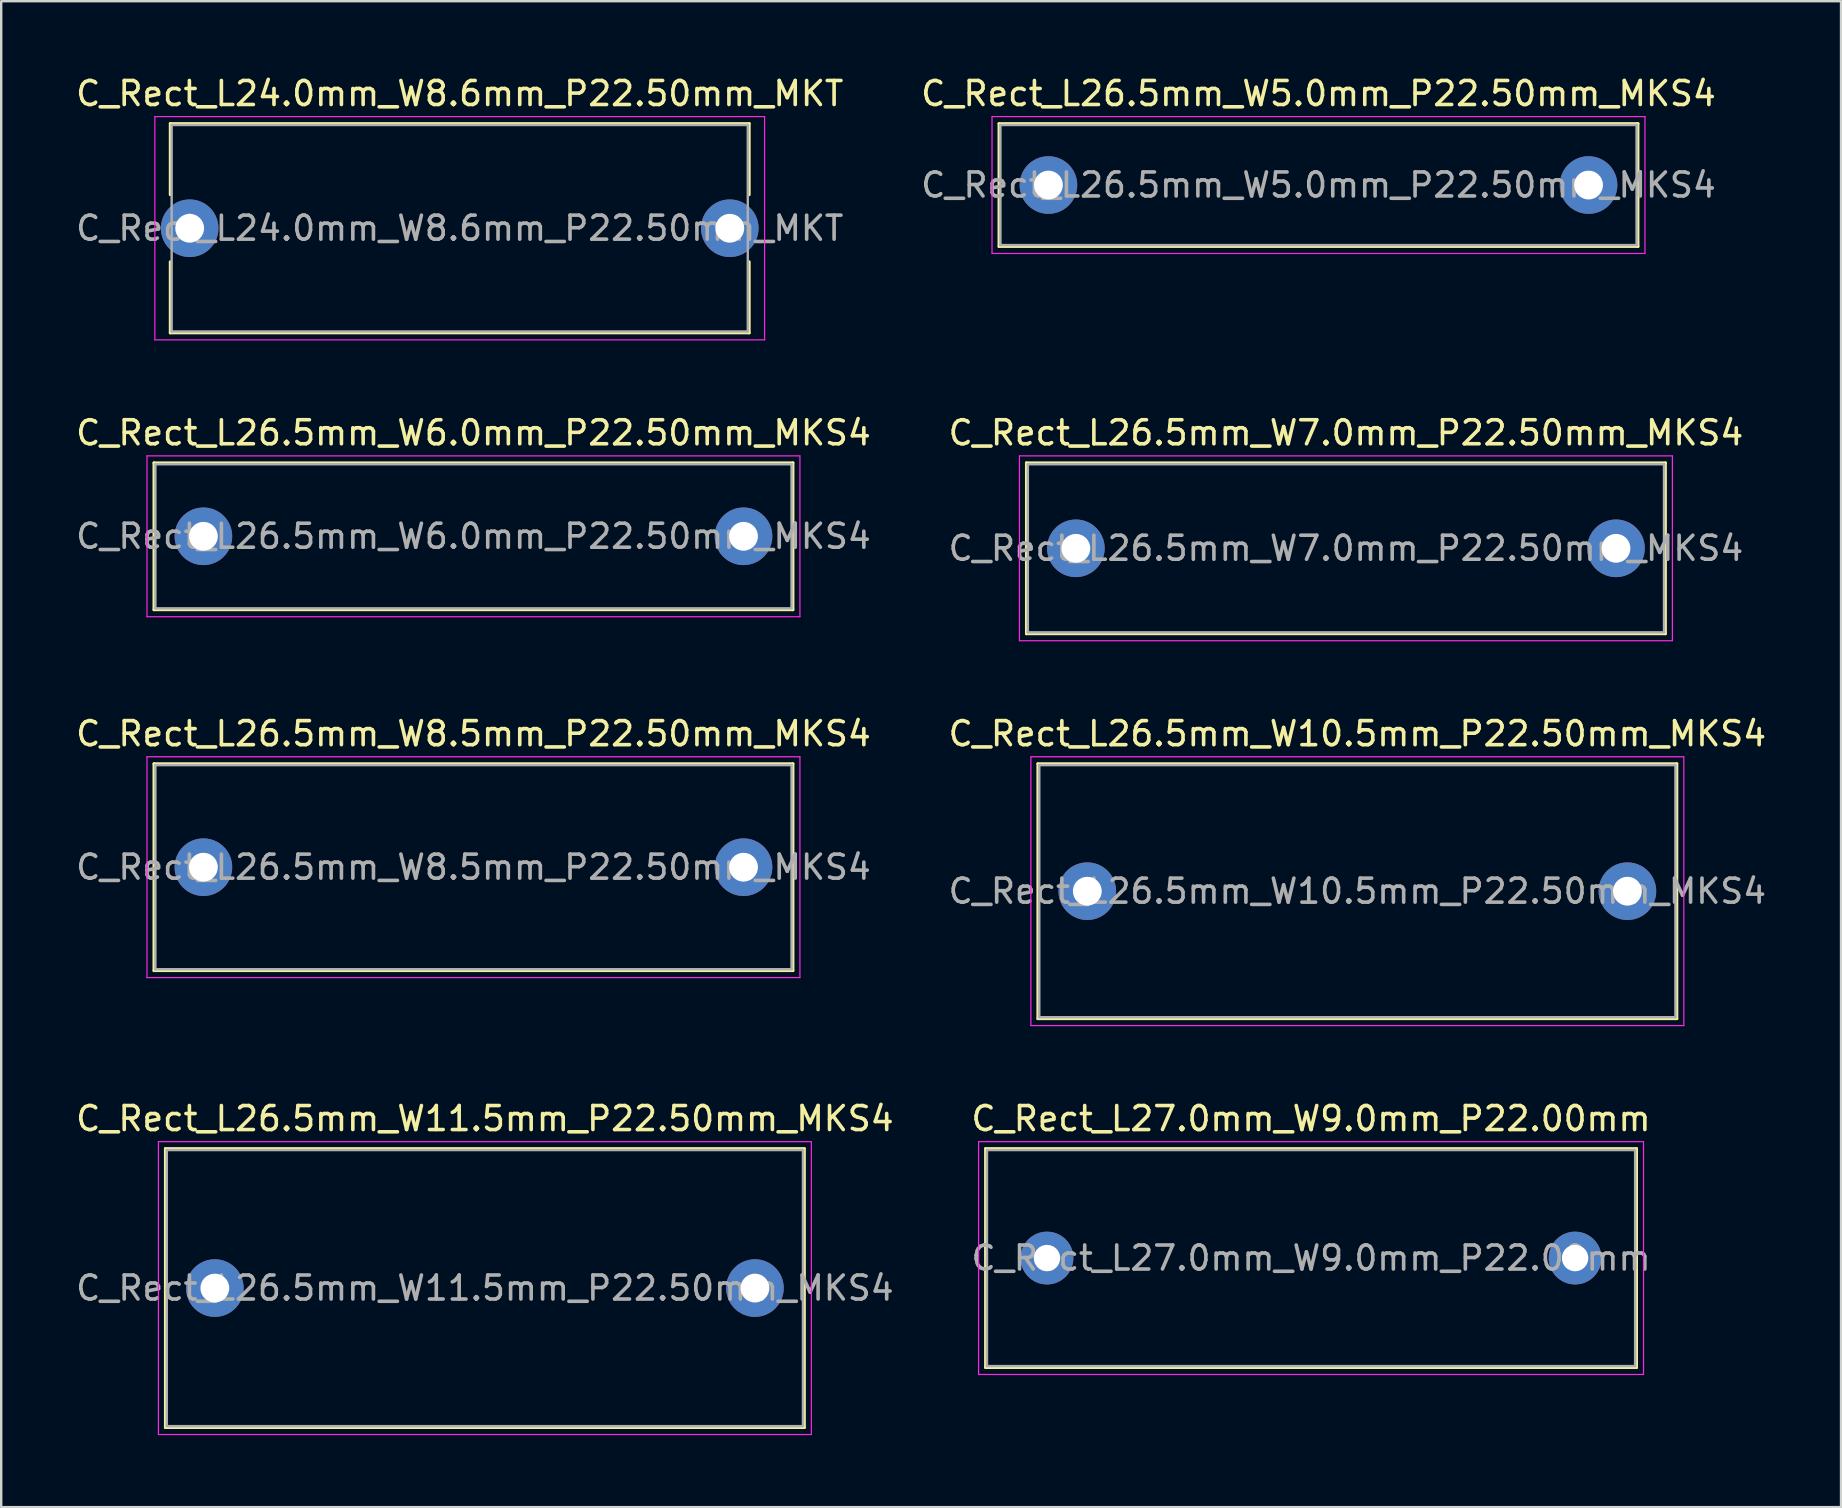
<source format=kicad_pcb>
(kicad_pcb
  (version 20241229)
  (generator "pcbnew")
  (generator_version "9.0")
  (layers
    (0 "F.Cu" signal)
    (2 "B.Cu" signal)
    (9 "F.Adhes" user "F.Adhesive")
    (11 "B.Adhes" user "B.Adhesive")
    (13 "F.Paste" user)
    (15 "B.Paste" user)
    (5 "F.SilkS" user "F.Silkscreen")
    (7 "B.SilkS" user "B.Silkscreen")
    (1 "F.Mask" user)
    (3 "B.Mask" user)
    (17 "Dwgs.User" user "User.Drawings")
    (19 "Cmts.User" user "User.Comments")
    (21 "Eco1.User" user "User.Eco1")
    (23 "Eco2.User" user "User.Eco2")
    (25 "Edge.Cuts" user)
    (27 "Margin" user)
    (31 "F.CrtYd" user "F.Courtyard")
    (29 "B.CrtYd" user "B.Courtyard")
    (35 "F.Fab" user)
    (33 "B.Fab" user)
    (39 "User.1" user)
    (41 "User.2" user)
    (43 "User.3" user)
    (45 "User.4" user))
  (footprint "C_Rect_L26.5mm_W5.0mm_P22.50mm_MKS4"
    (layer "F.Cu")
    (at 40.625 4.658)
    (property "Reference" "C_Rect_L26.5mm_W5.0mm_P22.50mm_MKS4" (at 11.25 -3.81 0) (layer "F.SilkS") (effects (font (size 1 1) (thickness 0.15))))
    (attr through_hole)
    (fp_line (start -2.06 -2.56) (end -2.06 2.56) (stroke (width 0.12) (type solid)) (layer "F.SilkS"))
    (fp_line (start -2.06 -2.56) (end 24.56 -2.56) (stroke (width 0.12) (type solid)) (layer "F.SilkS"))
    (fp_line (start -2.06 2.56) (end 24.56 2.56) (stroke (width 0.12) (type solid)) (layer "F.SilkS"))
    (fp_line (start 24.56 -2.56) (end 24.56 2.56) (stroke (width 0.12) (type solid)) (layer "F.SilkS"))
    (fp_line (start -2.35 -2.85) (end -2.35 2.85) (stroke (width 0.05) (type solid)) (layer "F.CrtYd"))
    (fp_line (start -2.35 2.85) (end 24.85 2.85) (stroke (width 0.05) (type solid)) (layer "F.CrtYd"))
    (fp_line (start 24.85 -2.85) (end -2.35 -2.85) (stroke (width 0.05) (type solid)) (layer "F.CrtYd"))
    (fp_line (start 24.85 2.85) (end 24.85 -2.85) (stroke (width 0.05) (type solid)) (layer "F.CrtYd"))
    (fp_line (start -2 -2.5) (end -2 2.5) (stroke (width 0.1) (type solid)) (layer "F.Fab"))
    (fp_line (start -2 2.5) (end 24.5 2.5) (stroke (width 0.1) (type solid)) (layer "F.Fab"))
    (fp_line (start 24.5 -2.5) (end -2 -2.5) (stroke (width 0.1) (type solid)) (layer "F.Fab"))
    (fp_line (start 24.5 2.5) (end 24.5 -2.5) (stroke (width 0.1) (type solid)) (layer "F.Fab"))
    (fp_text user "${REFERENCE}" (at 11.25 0 0) (layer "F.Fab") (effects (font (size 1 1) (thickness 0.15))))
    (pad "1" thru_hole circle (at 0 0) (size 2.4 2.4) (drill 1.2) (layers "*.Cu" "*.Mask"))
    (pad "2" thru_hole circle (at 22.5 0) (size 2.4 2.4) (drill 1.2) (layers "*.Cu" "*.Mask")))
  (footprint "C_Rect_L26.5mm_W10.5mm_P22.50mm_MKS4"
    (layer "F.Cu")
    (at 42.244 34.075)
    (property "Reference" "C_Rect_L26.5mm_W10.5mm_P22.50mm_MKS4" (at 11.25 -6.56 0) (layer "F.SilkS") (effects (font (size 1 1) (thickness 0.15))))
    (attr through_hole)
    (fp_line (start -2.06 -5.31) (end -2.06 5.31) (stroke (width 0.12) (type solid)) (layer "F.SilkS"))
    (fp_line (start -2.06 -5.31) (end 24.56 -5.31) (stroke (width 0.12) (type solid)) (layer "F.SilkS"))
    (fp_line (start -2.06 5.31) (end 24.56 5.31) (stroke (width 0.12) (type solid)) (layer "F.SilkS"))
    (fp_line (start 24.56 -5.31) (end 24.56 5.31) (stroke (width 0.12) (type solid)) (layer "F.SilkS"))
    (fp_line (start -2.35 -5.6) (end -2.35 5.6) (stroke (width 0.05) (type solid)) (layer "F.CrtYd"))
    (fp_line (start -2.35 5.6) (end 24.85 5.6) (stroke (width 0.05) (type solid)) (layer "F.CrtYd"))
    (fp_line (start 24.85 -5.6) (end -2.35 -5.6) (stroke (width 0.05) (type solid)) (layer "F.CrtYd"))
    (fp_line (start 24.85 5.6) (end 24.85 -5.6) (stroke (width 0.05) (type solid)) (layer "F.CrtYd"))
    (fp_line (start -2 -5.25) (end -2 5.25) (stroke (width 0.1) (type solid)) (layer "F.Fab"))
    (fp_line (start -2 5.25) (end 24.5 5.25) (stroke (width 0.1) (type solid)) (layer "F.Fab"))
    (fp_line (start 24.5 -5.25) (end -2 -5.25) (stroke (width 0.1) (type solid)) (layer "F.Fab"))
    (fp_line (start 24.5 5.25) (end 24.5 -5.25) (stroke (width 0.1) (type solid)) (layer "F.Fab"))
    (fp_text user "${REFERENCE}" (at 11.25 0 0) (layer "F.Fab") (effects (font (size 1 1) (thickness 0.15))))
    (pad "1" thru_hole circle (at 0 0) (size 2.4 2.4) (drill 1.2) (layers "*.Cu" "*.Mask"))
    (pad "2" thru_hole circle (at 22.5 0) (size 2.4 2.4) (drill 1.2) (layers "*.Cu" "*.Mask")))
  (footprint "C_Rect_L26.5mm_W7.0mm_P22.50mm_MKS4"
    (layer "F.Cu")
    (at 41.768 19.791)
    (property "Reference" "C_Rect_L26.5mm_W7.0mm_P22.50mm_MKS4" (at 11.25 -4.81 0) (layer "F.SilkS") (effects (font (size 1 1) (thickness 0.15))))
    (attr through_hole)
    (fp_line (start -2.06 -3.56) (end -2.06 3.56) (stroke (width 0.12) (type solid)) (layer "F.SilkS"))
    (fp_line (start -2.06 -3.56) (end 24.56 -3.56) (stroke (width 0.12) (type solid)) (layer "F.SilkS"))
    (fp_line (start -2.06 3.56) (end 24.56 3.56) (stroke (width 0.12) (type solid)) (layer "F.SilkS"))
    (fp_line (start 24.56 -3.56) (end 24.56 3.56) (stroke (width 0.12) (type solid)) (layer "F.SilkS"))
    (fp_line (start -2.35 -3.85) (end -2.35 3.85) (stroke (width 0.05) (type solid)) (layer "F.CrtYd"))
    (fp_line (start -2.35 3.85) (end 24.85 3.85) (stroke (width 0.05) (type solid)) (layer "F.CrtYd"))
    (fp_line (start 24.85 -3.85) (end -2.35 -3.85) (stroke (width 0.05) (type solid)) (layer "F.CrtYd"))
    (fp_line (start 24.85 3.85) (end 24.85 -3.85) (stroke (width 0.05) (type solid)) (layer "F.CrtYd"))
    (fp_line (start -2 -3.5) (end -2 3.5) (stroke (width 0.1) (type solid)) (layer "F.Fab"))
    (fp_line (start -2 3.5) (end 24.5 3.5) (stroke (width 0.1) (type solid)) (layer "F.Fab"))
    (fp_line (start 24.5 -3.5) (end -2 -3.5) (stroke (width 0.1) (type solid)) (layer "F.Fab"))
    (fp_line (start 24.5 3.5) (end 24.5 -3.5) (stroke (width 0.1) (type solid)) (layer "F.Fab"))
    (fp_text user "${REFERENCE}" (at 11.25 0 0) (layer "F.Fab") (effects (font (size 1 1) (thickness 0.15))))
    (pad "1" thru_hole circle (at 0 0) (size 2.4 2.4) (drill 1.2) (layers "*.Cu" "*.Mask"))
    (pad "2" thru_hole circle (at 22.5 0) (size 2.4 2.4) (drill 1.2) (layers "*.Cu" "*.Mask")))
  (footprint "C_Rect_L24.0mm_W8.6mm_P22.50mm_MKT"
    (layer "F.Cu")
    (at 4.851 6.458)
    (property "Reference" "C_Rect_L24.0mm_W8.6mm_P22.50mm_MKT" (at 11.25 -5.61 0) (layer "F.SilkS") (effects (font (size 1 1) (thickness 0.15))))
    (attr through_hole)
    (fp_line (start -0.81 -4.36) (end -0.81 -1.395) (stroke (width 0.12) (type solid)) (layer "F.SilkS"))
    (fp_line (start -0.81 -4.36) (end 23.31 -4.36) (stroke (width 0.12) (type solid)) (layer "F.SilkS"))
    (fp_line (start -0.81 1.395) (end -0.81 4.36) (stroke (width 0.12) (type solid)) (layer "F.SilkS"))
    (fp_line (start -0.81 4.36) (end 23.31 4.36) (stroke (width 0.12) (type solid)) (layer "F.SilkS"))
    (fp_line (start 23.31 -4.36) (end 23.31 -1.395) (stroke (width 0.12) (type solid)) (layer "F.SilkS"))
    (fp_line (start 23.31 1.395) (end 23.31 4.36) (stroke (width 0.12) (type solid)) (layer "F.SilkS"))
    (fp_line (start -1.45 -4.65) (end -1.45 4.65) (stroke (width 0.05) (type solid)) (layer "F.CrtYd"))
    (fp_line (start -1.45 4.65) (end 23.95 4.65) (stroke (width 0.05) (type solid)) (layer "F.CrtYd"))
    (fp_line (start 23.95 -4.65) (end -1.45 -4.65) (stroke (width 0.05) (type solid)) (layer "F.CrtYd"))
    (fp_line (start 23.95 4.65) (end 23.95 -4.65) (stroke (width 0.05) (type solid)) (layer "F.CrtYd"))
    (fp_line (start -0.75 -4.3) (end -0.75 4.3) (stroke (width 0.1) (type solid)) (layer "F.Fab"))
    (fp_line (start -0.75 4.3) (end 23.25 4.3) (stroke (width 0.1) (type solid)) (layer "F.Fab"))
    (fp_line (start 23.25 -4.3) (end -0.75 -4.3) (stroke (width 0.1) (type solid)) (layer "F.Fab"))
    (fp_line (start 23.25 4.3) (end 23.25 -4.3) (stroke (width 0.1) (type solid)) (layer "F.Fab"))
    (fp_text user "${REFERENCE}" (at 11.25 0 0) (layer "F.Fab") (effects (font (size 1 1) (thickness 0.15))))
    (pad "1" thru_hole circle (at 0 0) (size 2.4 2.4) (drill 1.2) (layers "*.Cu" "*.Mask"))
    (pad "2" thru_hole circle (at 22.5 0) (size 2.4 2.4) (drill 1.2) (layers "*.Cu" "*.Mask")))
  (footprint "C_Rect_L26.5mm_W11.5mm_P22.50mm_MKS4"
    (layer "F.Cu")
    (at 5.899 50.608)
    (property "Reference" "C_Rect_L26.5mm_W11.5mm_P22.50mm_MKS4" (at 11.25 -7.06 0) (layer "F.SilkS") (effects (font (size 1 1) (thickness 0.15))))
    (attr through_hole)
    (fp_line (start -2.06 -5.81) (end -2.06 5.81) (stroke (width 0.12) (type solid)) (layer "F.SilkS"))
    (fp_line (start -2.06 -5.81) (end 24.56 -5.81) (stroke (width 0.12) (type solid)) (layer "F.SilkS"))
    (fp_line (start -2.06 5.81) (end 24.56 5.81) (stroke (width 0.12) (type solid)) (layer "F.SilkS"))
    (fp_line (start 24.56 -5.81) (end 24.56 5.81) (stroke (width 0.12) (type solid)) (layer "F.SilkS"))
    (fp_line (start -2.35 -6.1) (end -2.35 6.1) (stroke (width 0.05) (type solid)) (layer "F.CrtYd"))
    (fp_line (start -2.35 6.1) (end 24.85 6.1) (stroke (width 0.05) (type solid)) (layer "F.CrtYd"))
    (fp_line (start 24.85 -6.1) (end -2.35 -6.1) (stroke (width 0.05) (type solid)) (layer "F.CrtYd"))
    (fp_line (start 24.85 6.1) (end 24.85 -6.1) (stroke (width 0.05) (type solid)) (layer "F.CrtYd"))
    (fp_line (start -2 -5.75) (end -2 5.75) (stroke (width 0.1) (type solid)) (layer "F.Fab"))
    (fp_line (start -2 5.75) (end 24.5 5.75) (stroke (width 0.1) (type solid)) (layer "F.Fab"))
    (fp_line (start 24.5 -5.75) (end -2 -5.75) (stroke (width 0.1) (type solid)) (layer "F.Fab"))
    (fp_line (start 24.5 5.75) (end 24.5 -5.75) (stroke (width 0.1) (type solid)) (layer "F.Fab"))
    (fp_text user "${REFERENCE}" (at 11.25 0 0) (layer "F.Fab") (effects (font (size 1 1) (thickness 0.15))))
    (pad "1" thru_hole circle (at 0 0) (size 2.4 2.4) (drill 1.2) (layers "*.Cu" "*.Mask"))
    (pad "2" thru_hole circle (at 22.5 0) (size 2.4 2.4) (drill 1.2) (layers "*.Cu" "*.Mask")))
  (footprint "C_Rect_L26.5mm_W8.5mm_P22.50mm_MKS4"
    (layer "F.Cu")
    (at 5.423 33.075)
    (property "Reference" "C_Rect_L26.5mm_W8.5mm_P22.50mm_MKS4" (at 11.25 -5.56 0) (layer "F.SilkS") (effects (font (size 1 1) (thickness 0.15))))
    (attr through_hole)
    (fp_line (start -2.06 -4.31) (end -2.06 4.31) (stroke (width 0.12) (type solid)) (layer "F.SilkS"))
    (fp_line (start -2.06 -4.31) (end 24.56 -4.31) (stroke (width 0.12) (type solid)) (layer "F.SilkS"))
    (fp_line (start -2.06 4.31) (end 24.56 4.31) (stroke (width 0.12) (type solid)) (layer "F.SilkS"))
    (fp_line (start 24.56 -4.31) (end 24.56 4.31) (stroke (width 0.12) (type solid)) (layer "F.SilkS"))
    (fp_line (start -2.35 -4.6) (end -2.35 4.6) (stroke (width 0.05) (type solid)) (layer "F.CrtYd"))
    (fp_line (start -2.35 4.6) (end 24.85 4.6) (stroke (width 0.05) (type solid)) (layer "F.CrtYd"))
    (fp_line (start 24.85 -4.6) (end -2.35 -4.6) (stroke (width 0.05) (type solid)) (layer "F.CrtYd"))
    (fp_line (start 24.85 4.6) (end 24.85 -4.6) (stroke (width 0.05) (type solid)) (layer "F.CrtYd"))
    (fp_line (start -2 -4.25) (end -2 4.25) (stroke (width 0.1) (type solid)) (layer "F.Fab"))
    (fp_line (start -2 4.25) (end 24.5 4.25) (stroke (width 0.1) (type solid)) (layer "F.Fab"))
    (fp_line (start 24.5 -4.25) (end -2 -4.25) (stroke (width 0.1) (type solid)) (layer "F.Fab"))
    (fp_line (start 24.5 4.25) (end 24.5 -4.25) (stroke (width 0.1) (type solid)) (layer "F.Fab"))
    (fp_text user "${REFERENCE}" (at 11.25 0 0) (layer "F.Fab") (effects (font (size 1 1) (thickness 0.15))))
    (pad "1" thru_hole circle (at 0 0) (size 2.4 2.4) (drill 1.2) (layers "*.Cu" "*.Mask"))
    (pad "2" thru_hole circle (at 22.5 0) (size 2.4 2.4) (drill 1.2) (layers "*.Cu" "*.Mask")))
  (footprint "C_Rect_L27.0mm_W9.0mm_P22.00mm"
    (layer "F.Cu")
    (at 40.565 49.358)
    (property "Reference" "C_Rect_L27.0mm_W9.0mm_P22.00mm" (at 11 -5.81 0) (layer "F.SilkS") (effects (font (size 1 1) (thickness 0.15))))
    (attr through_hole)
    (fp_line (start -2.56 -4.56) (end -2.56 4.56) (stroke (width 0.12) (type solid)) (layer "F.SilkS"))
    (fp_line (start -2.56 -4.56) (end 24.56 -4.56) (stroke (width 0.12) (type solid)) (layer "F.SilkS"))
    (fp_line (start -2.56 4.56) (end 24.56 4.56) (stroke (width 0.12) (type solid)) (layer "F.SilkS"))
    (fp_line (start 24.56 -4.56) (end 24.56 4.56) (stroke (width 0.12) (type solid)) (layer "F.SilkS"))
    (fp_line (start -2.85 -4.85) (end -2.85 4.85) (stroke (width 0.05) (type solid)) (layer "F.CrtYd"))
    (fp_line (start -2.85 4.85) (end 24.85 4.85) (stroke (width 0.05) (type solid)) (layer "F.CrtYd"))
    (fp_line (start 24.85 -4.85) (end -2.85 -4.85) (stroke (width 0.05) (type solid)) (layer "F.CrtYd"))
    (fp_line (start 24.85 4.85) (end 24.85 -4.85) (stroke (width 0.05) (type solid)) (layer "F.CrtYd"))
    (fp_line (start -2.5 -4.5) (end -2.5 4.5) (stroke (width 0.1) (type solid)) (layer "F.Fab"))
    (fp_line (start -2.5 4.5) (end 24.5 4.5) (stroke (width 0.1) (type solid)) (layer "F.Fab"))
    (fp_line (start 24.5 -4.5) (end -2.5 -4.5) (stroke (width 0.1) (type solid)) (layer "F.Fab"))
    (fp_line (start 24.5 4.5) (end 24.5 -4.5) (stroke (width 0.1) (type solid)) (layer "F.Fab"))
    (fp_text user "${REFERENCE}" (at 11 0 0) (layer "F.Fab") (effects (font (size 1 1) (thickness 0.15))))
    (pad "1" thru_hole circle (at 0 0) (size 2.2 2.2) (drill 1.1) (layers "*.Cu" "*.Mask"))
    (pad "2" thru_hole circle (at 22 0) (size 2.2 2.2) (drill 1.1) (layers "*.Cu" "*.Mask")))
  (footprint "C_Rect_L26.5mm_W6.0mm_P22.50mm_MKS4"
    (layer "F.Cu")
    (at 5.423 19.291)
    (property "Reference" "C_Rect_L26.5mm_W6.0mm_P22.50mm_MKS4" (at 11.25 -4.31 0) (layer "F.SilkS") (effects (font (size 1 1) (thickness 0.15))))
    (attr through_hole)
    (fp_line (start -2.06 -3.06) (end -2.06 3.06) (stroke (width 0.12) (type solid)) (layer "F.SilkS"))
    (fp_line (start -2.06 -3.06) (end 24.56 -3.06) (stroke (width 0.12) (type solid)) (layer "F.SilkS"))
    (fp_line (start -2.06 3.06) (end 24.56 3.06) (stroke (width 0.12) (type solid)) (layer "F.SilkS"))
    (fp_line (start 24.56 -3.06) (end 24.56 3.06) (stroke (width 0.12) (type solid)) (layer "F.SilkS"))
    (fp_line (start -2.35 -3.35) (end -2.35 3.35) (stroke (width 0.05) (type solid)) (layer "F.CrtYd"))
    (fp_line (start -2.35 3.35) (end 24.85 3.35) (stroke (width 0.05) (type solid)) (layer "F.CrtYd"))
    (fp_line (start 24.85 -3.35) (end -2.35 -3.35) (stroke (width 0.05) (type solid)) (layer "F.CrtYd"))
    (fp_line (start 24.85 3.35) (end 24.85 -3.35) (stroke (width 0.05) (type solid)) (layer "F.CrtYd"))
    (fp_line (start -2 -3) (end -2 3) (stroke (width 0.1) (type solid)) (layer "F.Fab"))
    (fp_line (start -2 3) (end 24.5 3) (stroke (width 0.1) (type solid)) (layer "F.Fab"))
    (fp_line (start 24.5 -3) (end -2 -3) (stroke (width 0.1) (type solid)) (layer "F.Fab"))
    (fp_line (start 24.5 3) (end 24.5 -3) (stroke (width 0.1) (type solid)) (layer "F.Fab"))
    (fp_text user "${REFERENCE}" (at 11.25 0 0) (layer "F.Fab") (effects (font (size 1 1) (thickness 0.15))))
    (pad "1" thru_hole circle (at 0 0) (size 2.4 2.4) (drill 1.2) (layers "*.Cu" "*.Mask"))
    (pad "2" thru_hole circle (at 22.5 0) (size 2.4 2.4) (drill 1.2) (layers "*.Cu" "*.Mask")))
  (gr_rect
    (start -3 -3)
    (end 73.643 59.733)
    (stroke (width 0.1) (type default))
    (fill no)
    (layer "Edge.Cuts")))
</source>
